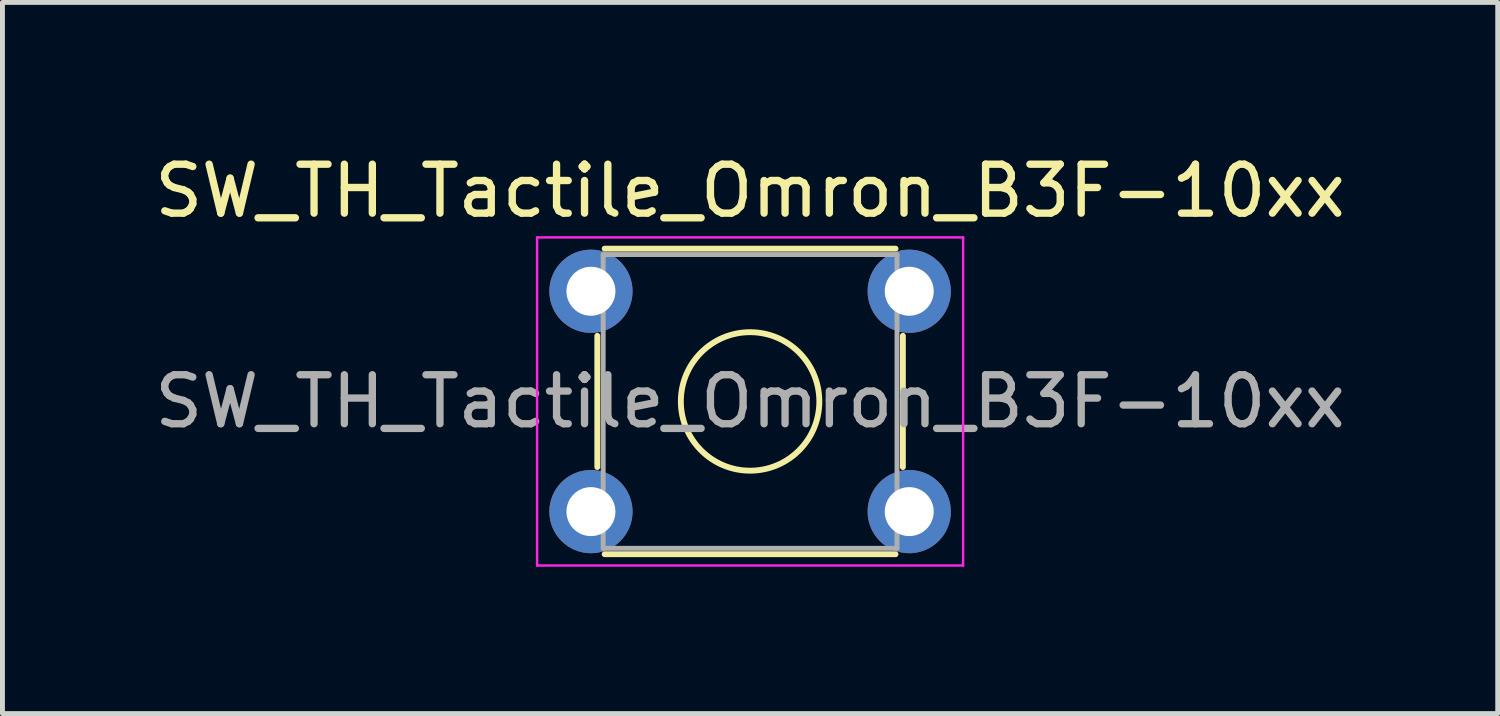
<source format=kicad_pcb>
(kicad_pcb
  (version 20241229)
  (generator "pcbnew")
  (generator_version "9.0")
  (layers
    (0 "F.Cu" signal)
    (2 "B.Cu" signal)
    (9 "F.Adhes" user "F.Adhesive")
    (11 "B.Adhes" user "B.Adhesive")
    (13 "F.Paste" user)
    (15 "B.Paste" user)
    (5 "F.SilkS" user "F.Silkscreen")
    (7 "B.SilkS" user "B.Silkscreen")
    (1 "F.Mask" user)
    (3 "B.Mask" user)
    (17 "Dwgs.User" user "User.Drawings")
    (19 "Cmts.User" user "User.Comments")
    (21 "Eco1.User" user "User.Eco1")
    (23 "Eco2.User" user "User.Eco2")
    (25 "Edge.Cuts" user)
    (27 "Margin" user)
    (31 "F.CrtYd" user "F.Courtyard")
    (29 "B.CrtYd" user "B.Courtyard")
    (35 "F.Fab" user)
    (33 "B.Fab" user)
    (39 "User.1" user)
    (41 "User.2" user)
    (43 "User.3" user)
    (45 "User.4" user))
  (footprint "SW_TH_Tactile_Omron_B3F-10xx"
    (layer "F.Cu")
    (at 9.018 2.898)
    (property "Reference" "SW_TH_Tactile_Omron_B3F-10xx" (at 3.25 -2.05 0) (layer "F.SilkS") (effects (font (size 1 1) (thickness 0.15))))
    (attr through_hole)
    (fp_line (start 0.13 3.59) (end 0.13 0.91) (stroke (width 0.12) (type solid)) (layer "F.SilkS"))
    (fp_line (start 0.28 -0.87) (end 6.22 -0.87) (stroke (width 0.12) (type solid)) (layer "F.SilkS"))
    (fp_line (start 0.28 5.37) (end 6.22 5.37) (stroke (width 0.12) (type solid)) (layer "F.SilkS"))
    (fp_line (start 6.37 0.91) (end 6.37 3.59) (stroke (width 0.12) (type solid)) (layer "F.SilkS"))
    (fp_circle (center 3.25 2.25) (end 4.25 3.25) (stroke (width 0.12) (type solid)) (fill no) (layer "F.SilkS"))
    (fp_line (start -1.1 -1.1) (end -1.1 5.6) (stroke (width 0.05) (type solid)) (layer "F.CrtYd"))
    (fp_line (start -1.1 -1.1) (end 7.6 -1.1) (stroke (width 0.05) (type solid)) (layer "F.CrtYd"))
    (fp_line (start -1.1 5.6) (end 7.6 5.6) (stroke (width 0.05) (type solid)) (layer "F.CrtYd"))
    (fp_line (start 7.6 5.6) (end 7.6 -1.1) (stroke (width 0.05) (type solid)) (layer "F.CrtYd"))
    (fp_line (start 0.25 -0.75) (end 0.25 5.25) (stroke (width 0.1) (type solid)) (layer "F.Fab"))
    (fp_line (start 0.25 -0.75) (end 6.25 -0.75) (stroke (width 0.1) (type solid)) (layer "F.Fab"))
    (fp_line (start 0.25 5.25) (end 6.25 5.25) (stroke (width 0.1) (type solid)) (layer "F.Fab"))
    (fp_line (start 6.25 -0.75) (end 6.25 5.25) (stroke (width 0.1) (type solid)) (layer "F.Fab"))
    (fp_text user "${REFERENCE}" (at 3.25 2.25 0) (layer "F.Fab") (effects (font (size 1 1) (thickness 0.15))))
    (pad "1" thru_hole circle (at 0 0) (size 1.7 1.7) (drill 1) (layers "*.Cu" "*.Mask"))
    (pad "2" thru_hole circle (at 0 4.5) (size 1.7 1.7) (drill 1) (layers "*.Cu" "*.Mask"))
    (pad "3" thru_hole circle (at 6.5 0) (size 1.7 1.7) (drill 1) (layers "*.Cu" "*.Mask"))
    (pad "4" thru_hole circle (at 6.5 4.5) (size 1.7 1.7) (drill 1) (layers "*.Cu" "*.Mask")))
  (gr_rect
    (start -3 -3)
    (end 27.536 11.523)
    (stroke (width 0.1) (type default))
    (fill no)
    (layer "Edge.Cuts")))
</source>
